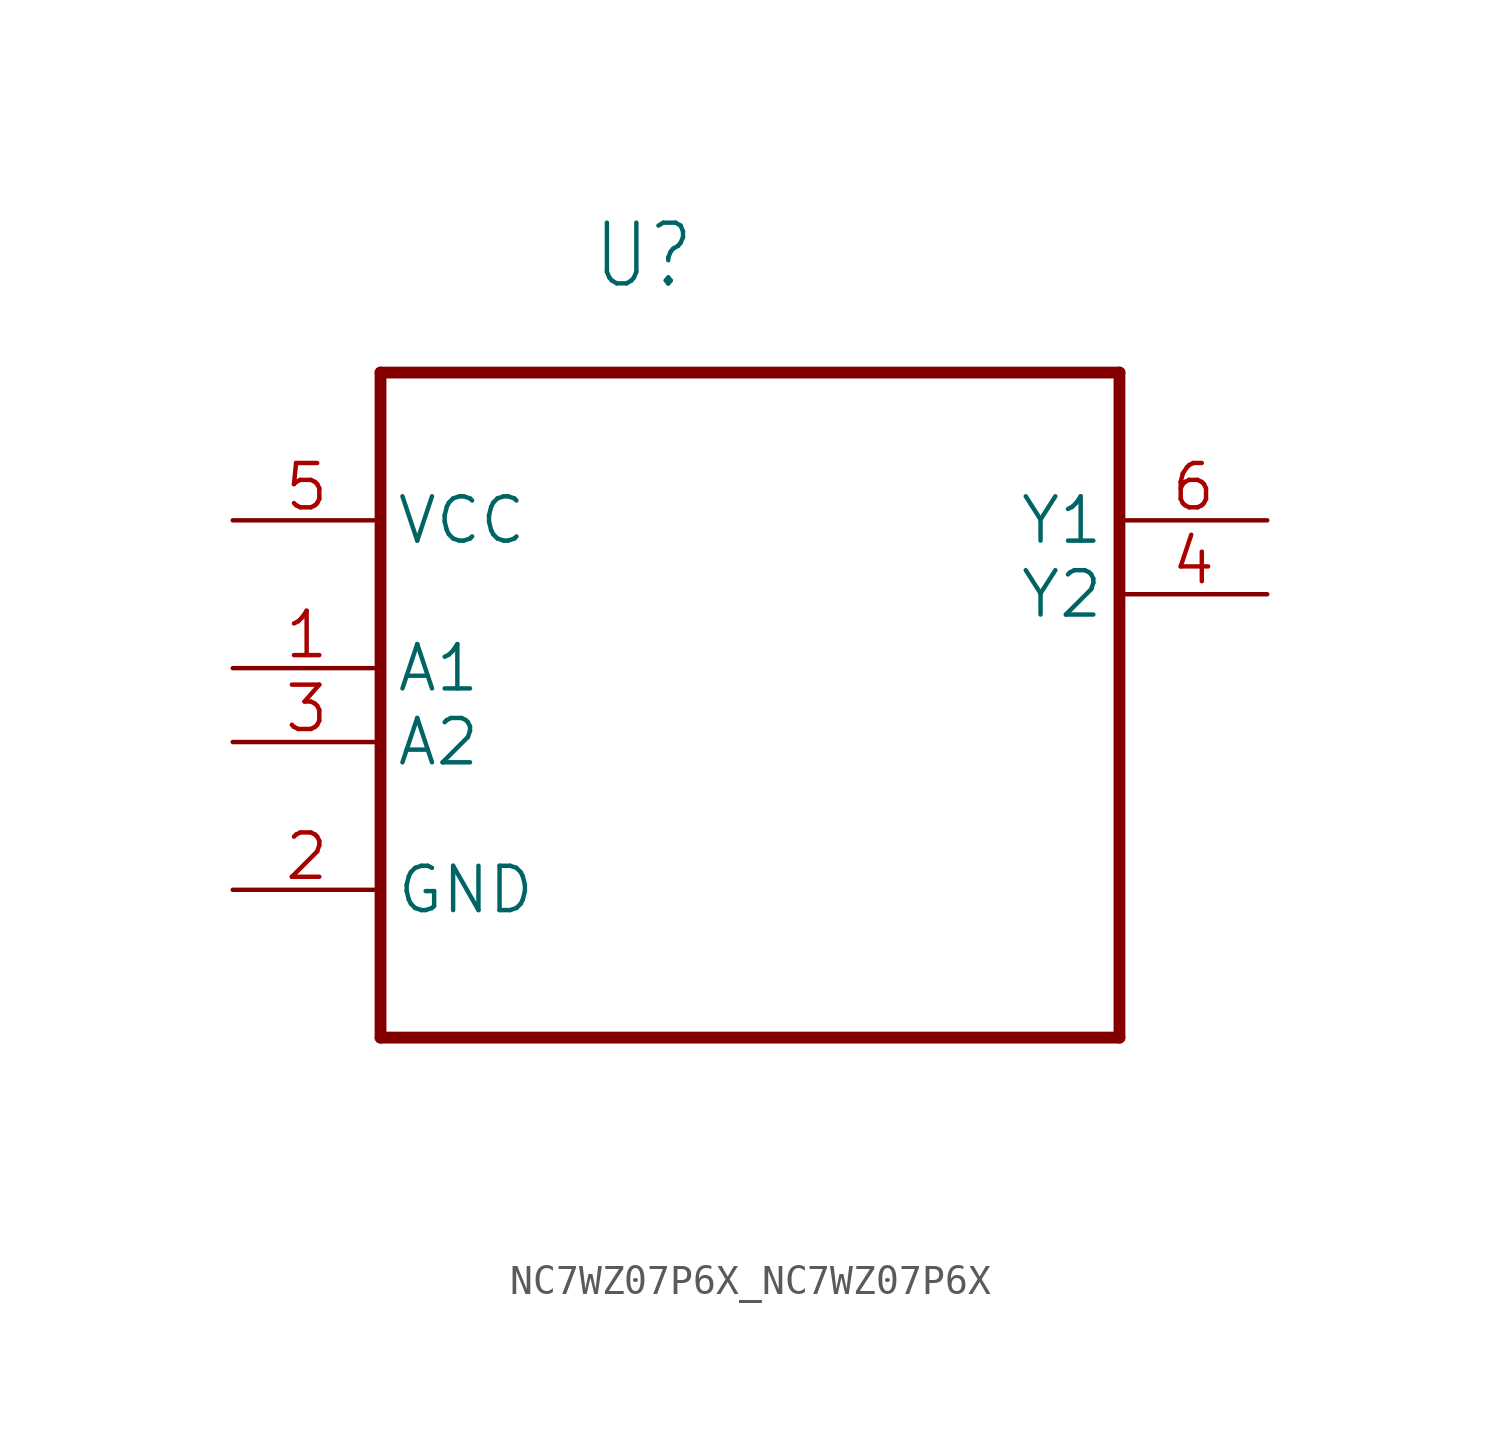
<source format=kicad_sym>
(kicad_symbol_lib
  (version 20241209)
  (generator "kicad_symbol_editor")
  (generator_version "9.0")
  (symbol "NC7WZ07P6X_NC7WZ07P6X"
    (property "Reference" "U"
      (at -5.441 10.424 0)
      (effects (font (size 2.085 1.772)) (justify left bottom)))
    (property "Value" ""
      (at -4.068 -19.349 0)
      (effects (font (size 2.085 1.772)) (justify left bottom)))
    (property "ki_locked" ""
      (at 0 0 0)
      (effects (font (size 1.27 1.27))))
    (symbol "NC7WZ07P6X_NC7WZ07P6X_1_0"
      (polyline (pts (xy -12.7 7.62) (xy -12.7 -15.24)) (stroke (width 0.406) (type solid)) (fill (type none)))
      (polyline (pts (xy -12.7 -15.24) (xy 12.7 -15.24)) (stroke (width 0.406) (type solid)) (fill (type none)))
      (polyline (pts (xy 12.7 7.62) (xy -12.7 7.62)) (stroke (width 0.406) (type solid)) (fill (type none)))
      (polyline (pts (xy 12.7 -15.24) (xy 12.7 7.62)) (stroke (width 0.406) (type solid)) (fill (type none)))
      (pin power_in line (at -17.78 2.54 0) (length 5.08) (name "VCC" (effects (font (size 1.524 1.524)))) (number "5" (effects (font (size 1.524 1.524)))))
      (pin input line (at -17.78 -2.54 0) (length 5.08) (name "A1" (effects (font (size 1.524 1.524)))) (number "1" (effects (font (size 1.524 1.524)))))
      (pin input line (at -17.78 -5.08 0) (length 5.08) (name "A2" (effects (font (size 1.524 1.524)))) (number "3" (effects (font (size 1.524 1.524)))))
      (pin passive line (at -17.78 -10.16 0) (length 5.08) (name "GND" (effects (font (size 1.524 1.524)))) (number "2" (effects (font (size 1.524 1.524)))))
      (pin output line (at 17.78 2.54 180) (length 5.08) (name "Y1" (effects (font (size 1.524 1.524)))) (number "6" (effects (font (size 1.524 1.524)))))
      (pin output line (at 17.78 0 180) (length 5.08) (name "Y2" (effects (font (size 1.524 1.524)))) (number "4" (effects (font (size 1.524 1.524))))))))
</source>
